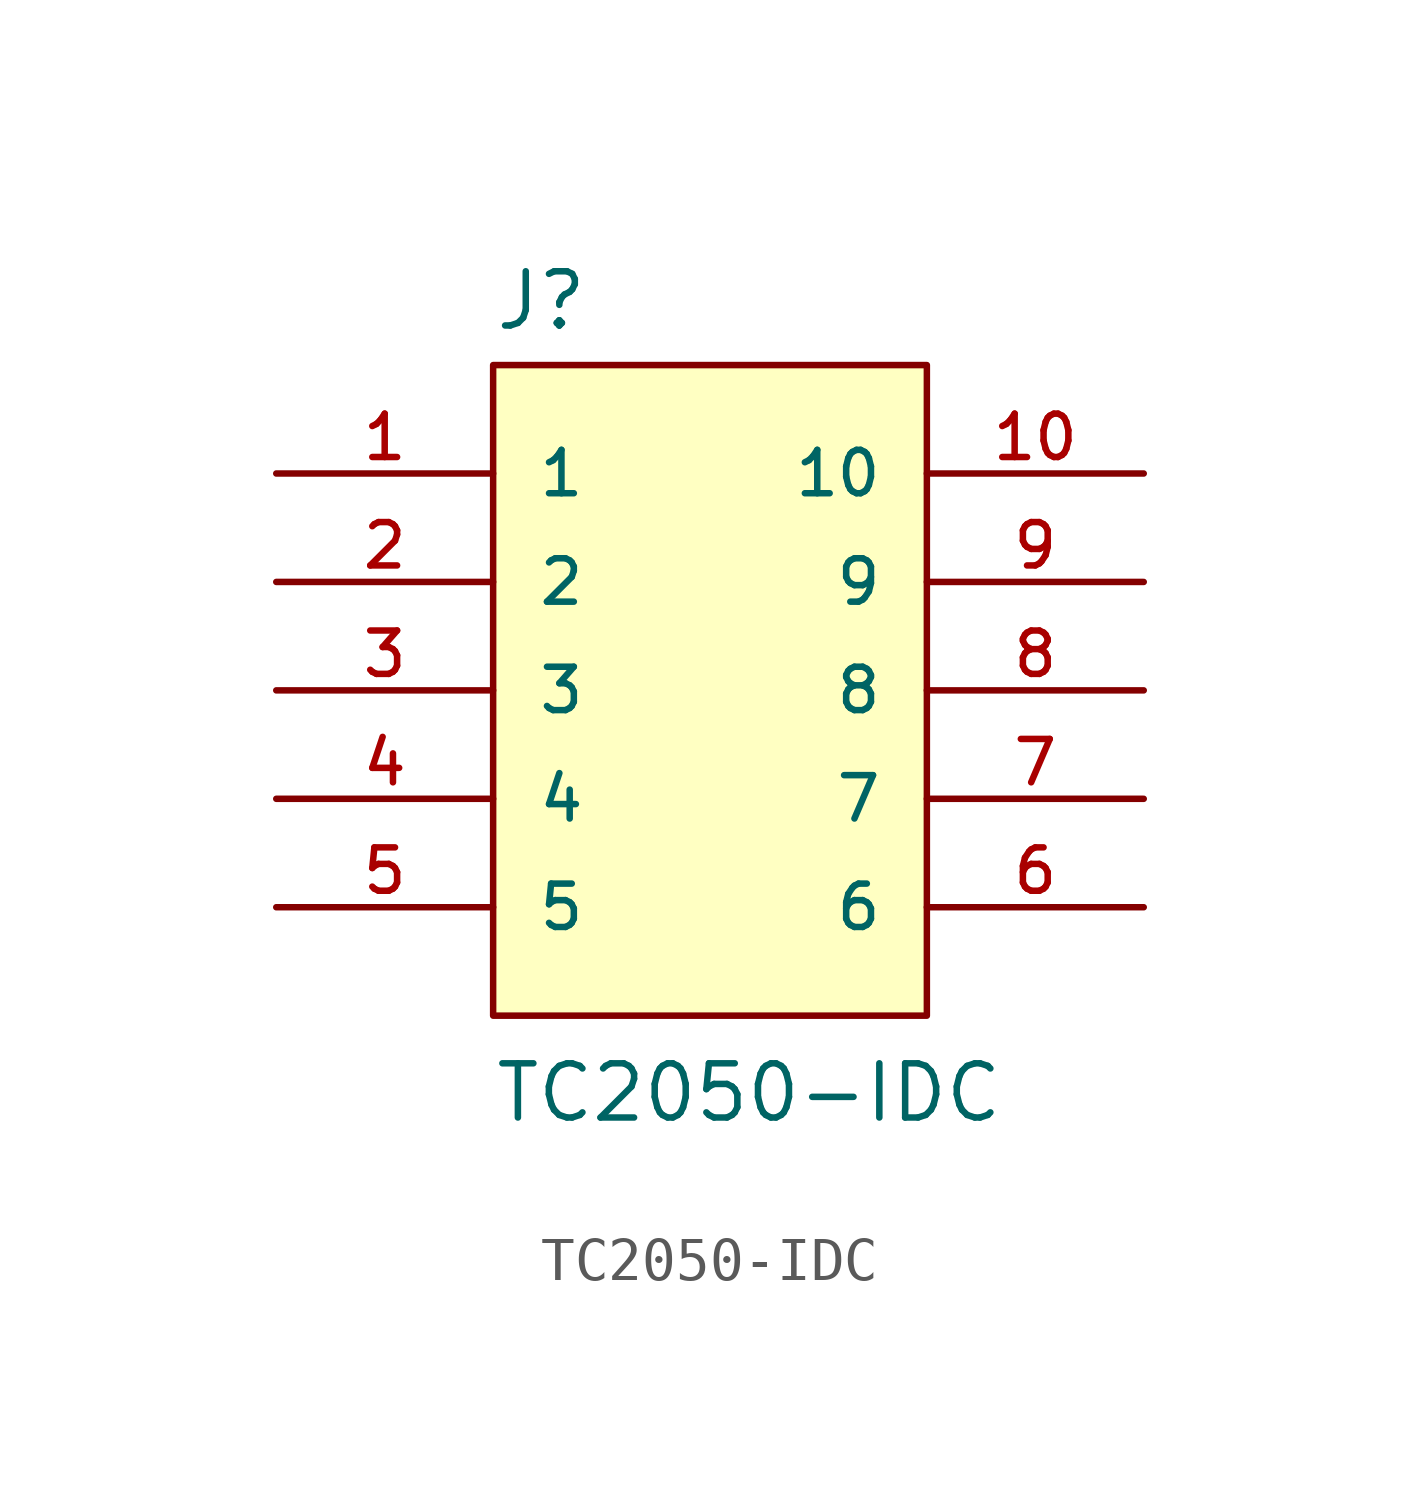
<source format=kicad_sym>
(kicad_symbol_lib
  (version 20231120)
  (generator "kicad_symbol_editor")
  (generator_version "8.0")
  (symbol "TC2050-IDC"
    (pin_names
      (offset 1.016))
    (property "Reference" "J"
      (at -5.081 8.384 0)
      (effects (font (size 1.27 1.27)) (justify left bottom)))
    (property "Value" "TC2050-IDC"
      (at -5.084 -10.169 0)
      (effects (font (size 1.27 1.27)) (justify left bottom)))
    (symbol "TC2050-IDC_0_0"
      (rectangle (start -5.08 -7.62) (end 5.08 7.62) (stroke (width 0.152) (type default)) (fill (type background)))
      (pin passive line (at -10.16 5.08 0) (length 5.08) (name "1" (effects (font (size 1.016 1.016)))) (number "1" (effects (font (size 1.016 1.016)))))
      (pin passive line (at 10.16 5.08 180) (length 5.08) (name "10" (effects (font (size 1.016 1.016)))) (number "10" (effects (font (size 1.016 1.016)))))
      (pin passive line (at -10.16 2.54 0) (length 5.08) (name "2" (effects (font (size 1.016 1.016)))) (number "2" (effects (font (size 1.016 1.016)))))
      (pin passive line (at -10.16 0 0) (length 5.08) (name "3" (effects (font (size 1.016 1.016)))) (number "3" (effects (font (size 1.016 1.016)))))
      (pin passive line (at -10.16 -2.54 0) (length 5.08) (name "4" (effects (font (size 1.016 1.016)))) (number "4" (effects (font (size 1.016 1.016)))))
      (pin passive line (at -10.16 -5.08 0) (length 5.08) (name "5" (effects (font (size 1.016 1.016)))) (number "5" (effects (font (size 1.016 1.016)))))
      (pin passive line (at 10.16 -5.08 180) (length 5.08) (name "6" (effects (font (size 1.016 1.016)))) (number "6" (effects (font (size 1.016 1.016)))))
      (pin passive line (at 10.16 -2.54 180) (length 5.08) (name "7" (effects (font (size 1.016 1.016)))) (number "7" (effects (font (size 1.016 1.016)))))
      (pin passive line (at 10.16 0 180) (length 5.08) (name "8" (effects (font (size 1.016 1.016)))) (number "8" (effects (font (size 1.016 1.016)))))
      (pin passive line (at 10.16 2.54 180) (length 5.08) (name "9" (effects (font (size 1.016 1.016)))) (number "9" (effects (font (size 1.016 1.016))))))))
</source>
